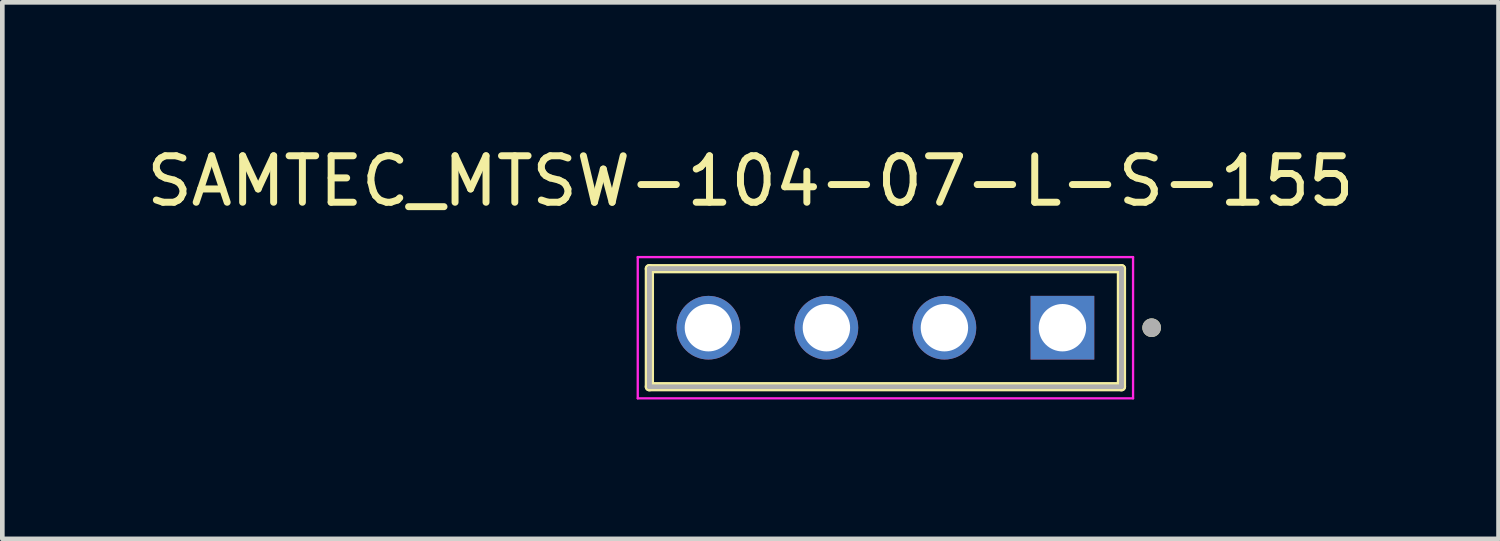
<source format=kicad_pcb>
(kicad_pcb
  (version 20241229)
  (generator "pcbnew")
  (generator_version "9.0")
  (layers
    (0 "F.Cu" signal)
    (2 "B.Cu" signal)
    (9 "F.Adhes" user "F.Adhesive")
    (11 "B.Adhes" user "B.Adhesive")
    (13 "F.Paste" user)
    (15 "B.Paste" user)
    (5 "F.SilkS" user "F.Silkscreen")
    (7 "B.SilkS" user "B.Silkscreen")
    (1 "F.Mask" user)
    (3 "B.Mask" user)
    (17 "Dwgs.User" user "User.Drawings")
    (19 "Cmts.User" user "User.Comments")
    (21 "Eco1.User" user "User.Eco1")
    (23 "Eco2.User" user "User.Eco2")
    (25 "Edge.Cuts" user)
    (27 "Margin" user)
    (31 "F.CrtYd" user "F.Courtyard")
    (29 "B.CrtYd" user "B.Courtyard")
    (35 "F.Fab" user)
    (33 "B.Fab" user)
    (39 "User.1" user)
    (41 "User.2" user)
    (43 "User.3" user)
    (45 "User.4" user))
  (footprint "SAMTEC_MTSW-104-07-L-S-155"
    (layer "F.Cu")
    (at 16.006 4.003)
    (property "Reference" "SAMTEC_MTSW-104-07-L-S-155" (at -2.905 -3.155 0) (layer "F.SilkS") (effects (font (size 1 1) (thickness 0.15))))
    (attr through_hole)
    (fp_line (start -5.08 1.27) (end -5.08 -1.27) (stroke (width 0.2) (type solid)) (layer "F.SilkS"))
    (fp_line (start 5.08 -1.27) (end -5.08 -1.27) (stroke (width 0.2) (type solid)) (layer "F.SilkS"))
    (fp_line (start 5.08 -1.27) (end 5.08 1.27) (stroke (width 0.2) (type solid)) (layer "F.SilkS"))
    (fp_line (start 5.08 1.27) (end -5.08 1.27) (stroke (width 0.2) (type solid)) (layer "F.SilkS"))
    (fp_circle (center 5.73 0) (end 5.83 0) (stroke (width 0.2) (type solid)) (fill no) (layer "F.SilkS"))
    (fp_line (start -5.33 -1.52) (end 5.33 -1.52) (stroke (width 0.05) (type solid)) (layer "F.CrtYd"))
    (fp_line (start -5.33 1.52) (end -5.33 -1.52) (stroke (width 0.05) (type solid)) (layer "F.CrtYd"))
    (fp_line (start 5.33 -1.52) (end 5.33 1.52) (stroke (width 0.05) (type solid)) (layer "F.CrtYd"))
    (fp_line (start 5.33 1.52) (end -5.33 1.52) (stroke (width 0.05) (type solid)) (layer "F.CrtYd"))
    (fp_line (start -5.08 -1.27) (end 5.08 -1.27) (stroke (width 0.1) (type solid)) (layer "F.Fab"))
    (fp_line (start -5.08 -1.27) (end 5.08 -1.27) (stroke (width 0.1) (type solid)) (layer "F.Fab"))
    (fp_line (start -5.08 1.27) (end -5.08 -1.27) (stroke (width 0.1) (type solid)) (layer "F.Fab"))
    (fp_line (start -5.08 1.27) (end -5.08 -1.27) (stroke (width 0.1) (type solid)) (layer "F.Fab"))
    (fp_line (start 5.08 -1.27) (end 5.08 1.27) (stroke (width 0.1) (type solid)) (layer "F.Fab"))
    (fp_line (start 5.08 -1.27) (end 5.08 1.27) (stroke (width 0.1) (type solid)) (layer "F.Fab"))
    (fp_line (start 5.08 1.27) (end -5.08 1.27) (stroke (width 0.1) (type solid)) (layer "F.Fab"))
    (fp_circle (center 5.73 0) (end 5.83 0) (stroke (width 0.2) (type solid)) (fill no) (layer "F.Fab"))
    (pad "01" thru_hole rect (at 3.81 0) (size 1.37 1.37) (drill 1.02) (layers "*.Cu" "*.Mask"))
    (pad "02" thru_hole circle (at 1.27 0) (size 1.37 1.37) (drill 1.02) (layers "*.Cu" "*.Mask"))
    (pad "03" thru_hole circle (at -1.27 0) (size 1.37 1.37) (drill 1.02) (layers "*.Cu" "*.Mask"))
    (pad "04" thru_hole circle (at -3.81 0) (size 1.37 1.37) (drill 1.02) (layers "*.Cu" "*.Mask")))
  (gr_rect
    (start -3 -3)
    (end 29.202 8.548)
    (stroke (width 0.1) (type default))
    (fill no)
    (layer "Edge.Cuts")))
</source>
